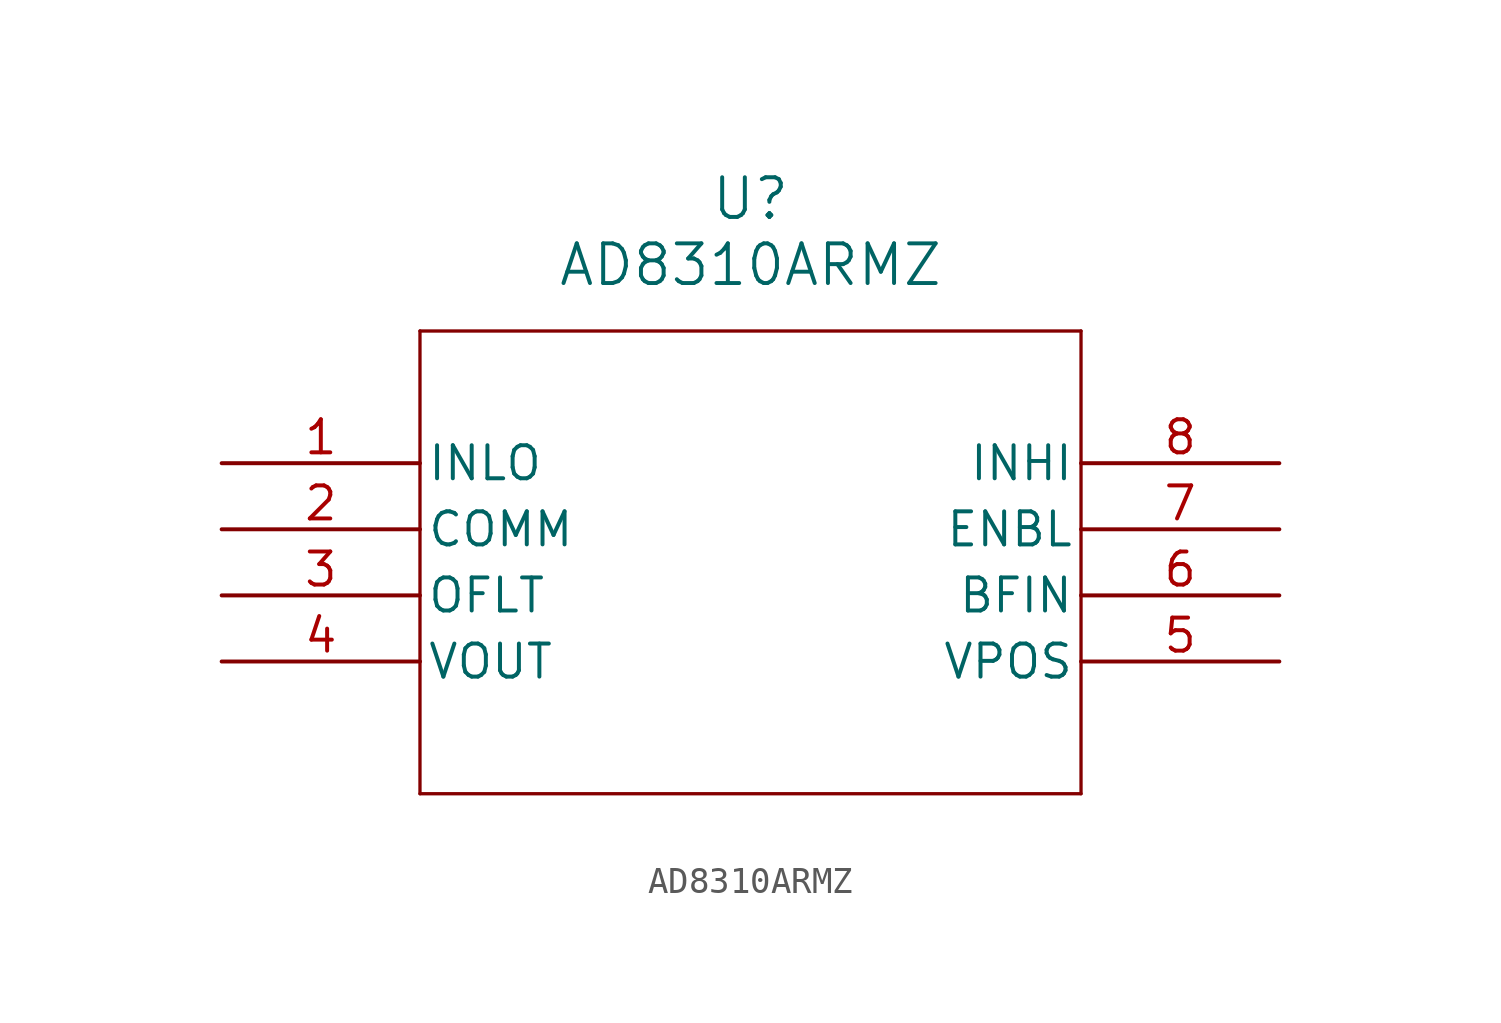
<source format=kicad_sym>
(kicad_symbol_lib
  (version 20211014)
  (generator kicad_symbol_editor)
  (symbol "AD8310ARMZ"
    (pin_names
      (offset 0.254))
    (property "Reference" "U"
      (at 20.32 10.16 0)
      (effects (font (size 1.524 1.524))))
    (property "Value" "AD8310ARMZ"
      (at 20.32 7.62 0)
      (effects (font (size 1.524 1.524))))
    (symbol "AD8310ARMZ_0_1"
      (polyline (pts (xy 7.62 5.08) (xy 7.62 -12.7)) (stroke (width 0.127) (type default) (color 0 0 0 0)) (fill (type none)))
      (polyline (pts (xy 7.62 -12.7) (xy 33.02 -12.7)) (stroke (width 0.127) (type default) (color 0 0 0 0)) (fill (type none)))
      (polyline (pts (xy 33.02 -12.7) (xy 33.02 5.08)) (stroke (width 0.127) (type default) (color 0 0 0 0)) (fill (type none)))
      (polyline (pts (xy 33.02 5.08) (xy 7.62 5.08)) (stroke (width 0.127) (type default) (color 0 0 0 0)) (fill (type none)))
      (pin unspecified line (at 0 0 0) (length 7.62) (name "INLO" (effects (font (size 1.27 1.27)))) (number "1" (effects (font (size 1.27 1.27)))))
      (pin unspecified line (at 0 -2.54 0) (length 7.62) (name "COMM" (effects (font (size 1.27 1.27)))) (number "2" (effects (font (size 1.27 1.27)))))
      (pin unspecified line (at 0 -5.08 0) (length 7.62) (name "OFLT" (effects (font (size 1.27 1.27)))) (number "3" (effects (font (size 1.27 1.27)))))
      (pin unspecified line (at 0 -7.62 0) (length 7.62) (name "VOUT" (effects (font (size 1.27 1.27)))) (number "4" (effects (font (size 1.27 1.27)))))
      (pin power_in line (at 40.64 -7.62 180) (length 7.62) (name "VPOS" (effects (font (size 1.27 1.27)))) (number "5" (effects (font (size 1.27 1.27)))))
      (pin unspecified line (at 40.64 -5.08 180) (length 7.62) (name "BFIN" (effects (font (size 1.27 1.27)))) (number "6" (effects (font (size 1.27 1.27)))))
      (pin unspecified line (at 40.64 -2.54 180) (length 7.62) (name "ENBL" (effects (font (size 1.27 1.27)))) (number "7" (effects (font (size 1.27 1.27)))))
      (pin unspecified line (at 40.64 0 180) (length 7.62) (name "INHI" (effects (font (size 1.27 1.27)))) (number "8" (effects (font (size 1.27 1.27))))))))
</source>
